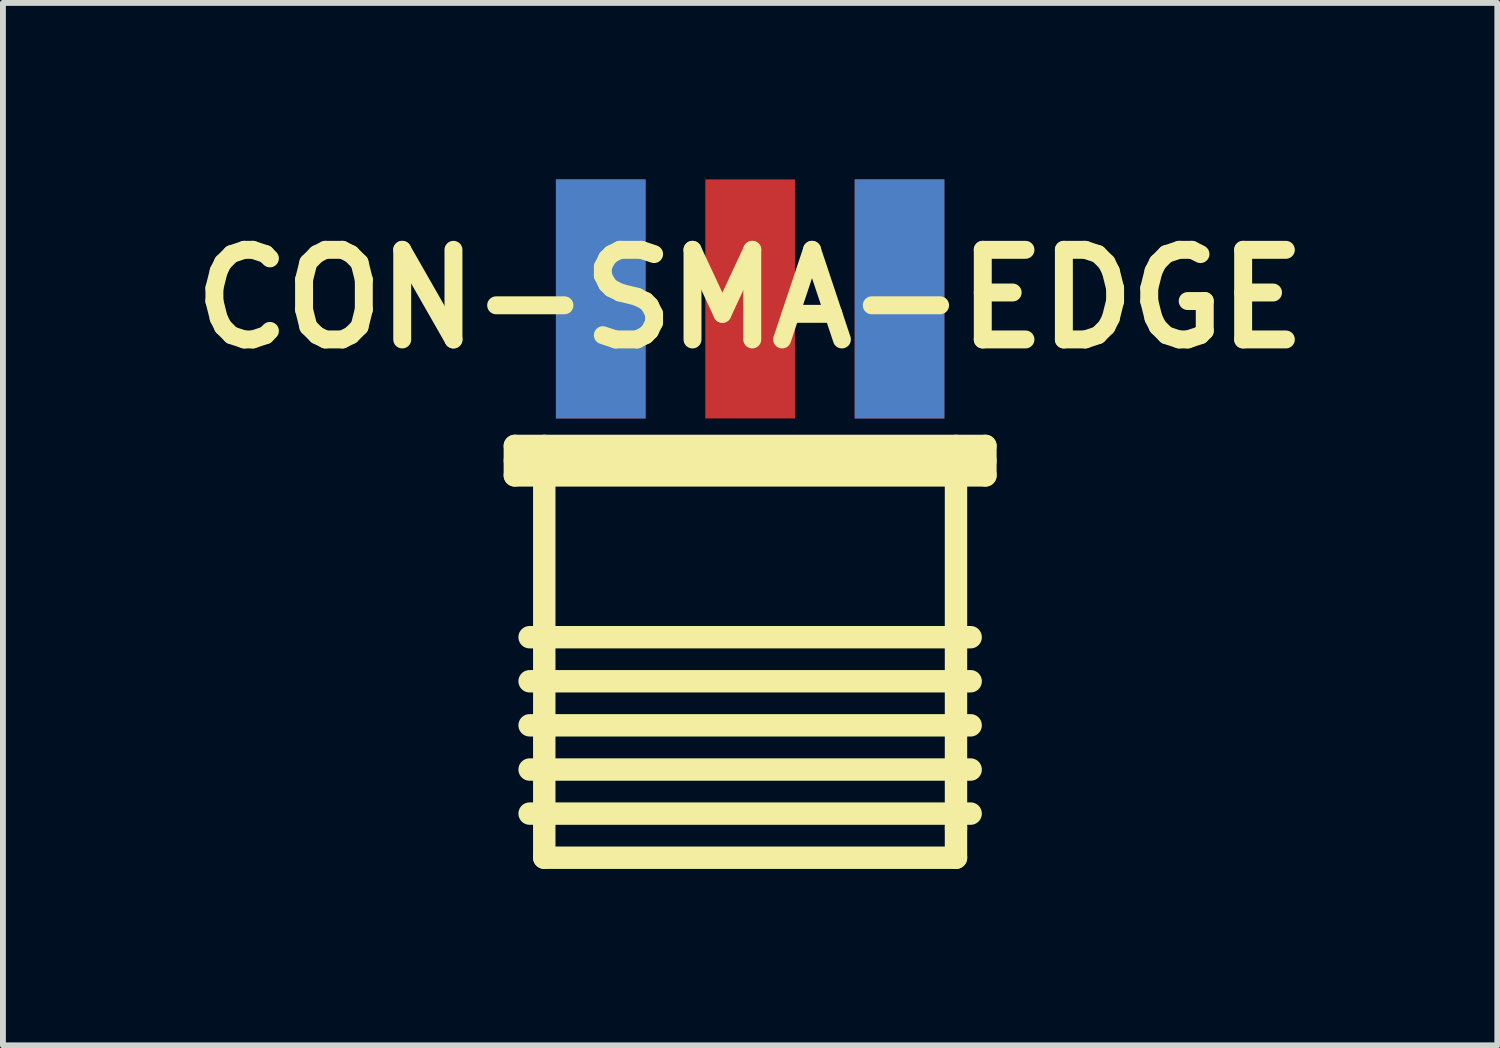
<source format=kicad_pcb>
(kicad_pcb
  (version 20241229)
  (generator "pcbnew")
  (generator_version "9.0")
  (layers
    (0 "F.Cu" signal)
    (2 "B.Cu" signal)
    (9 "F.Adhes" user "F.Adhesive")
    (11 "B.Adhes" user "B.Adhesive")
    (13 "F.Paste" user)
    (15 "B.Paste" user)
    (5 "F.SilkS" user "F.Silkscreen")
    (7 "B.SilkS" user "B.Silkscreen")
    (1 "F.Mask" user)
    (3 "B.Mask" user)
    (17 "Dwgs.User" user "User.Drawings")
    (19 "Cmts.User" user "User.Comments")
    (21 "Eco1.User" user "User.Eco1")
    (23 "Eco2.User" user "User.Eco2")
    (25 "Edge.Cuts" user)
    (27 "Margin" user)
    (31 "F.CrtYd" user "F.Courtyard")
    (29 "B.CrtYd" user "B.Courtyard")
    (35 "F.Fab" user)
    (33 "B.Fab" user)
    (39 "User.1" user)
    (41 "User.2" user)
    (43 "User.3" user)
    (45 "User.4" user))
  (footprint "CON-SMA-EDGE"
    (layer "F.Cu")
    (at 9.703 2.032)
    (property "Reference" "CON-SMA-EDGE" (at 0 0 0) (layer "F.SilkS") (effects (font (size 1.524 1.524) (thickness 0.305))))
    (attr through_hole)
    (fp_line (start -4 2.499) (end 4 2.499) (stroke (width 0.381) (type solid)) (layer "F.SilkS"))
    (fp_line (start -4 3) (end -4 2.499) (stroke (width 0.381) (type solid)) (layer "F.SilkS"))
    (fp_line (start -4 3) (end 4 3) (stroke (width 0.381) (type solid)) (layer "F.SilkS"))
    (fp_line (start -3.749 5.751) (end 3.749 5.751) (stroke (width 0.381) (type solid)) (layer "F.SilkS"))
    (fp_line (start -3.749 8.001) (end 3.749 8.001) (stroke (width 0.381) (type solid)) (layer "F.SilkS"))
    (fp_line (start -3.5 9.5) (end -3.5 2.499) (stroke (width 0.381) (type solid)) (layer "F.SilkS"))
    (fp_line (start -3.5 9.5) (end 3.5 9.5) (stroke (width 0.381) (type solid)) (layer "F.SilkS"))
    (fp_line (start 3.5 2.499) (end 3.5 8.999) (stroke (width 0.381) (type solid)) (layer "F.SilkS"))
    (fp_line (start 3.5 9.5) (end 3.5 8.999) (stroke (width 0.381) (type solid)) (layer "F.SilkS"))
    (fp_line (start 3.749 6.5) (end -3.749 6.5) (stroke (width 0.381) (type solid)) (layer "F.SilkS"))
    (fp_line (start 3.749 7.249) (end -3.749 7.249) (stroke (width 0.381) (type solid)) (layer "F.SilkS"))
    (fp_line (start 3.749 8.75) (end -3.749 8.75) (stroke (width 0.381) (type solid)) (layer "F.SilkS"))
    (fp_line (start 4 2.751) (end -4 2.751) (stroke (width 0.381) (type solid)) (layer "F.SilkS"))
    (fp_line (start 4 3) (end 4 2.499) (stroke (width 0.381) (type solid)) (layer "F.SilkS"))
    (pad "1" smd rect (at 0 0) (size 1.524 4.064) (layers "F.Cu" "F.Mask" "F.Paste"))
    (pad "2" smd rect (at -2.54 0) (size 1.524 4.064) (layers "F.Cu" "F.Mask" "F.Paste"))
    (pad "3" smd rect (at -2.54 0) (size 1.524 4.064) (layers "B.Cu" "B.Mask" "B.Paste"))
    (pad "4" smd rect (at 2.54 0) (size 1.524 4.064) (layers "F.Cu" "F.Mask" "F.Paste"))
    (pad "5" smd rect (at 2.54 0) (size 1.524 4.064) (layers "B.Cu" "B.Mask" "B.Paste")))
  (gr_rect
    (start -3 -3)
    (end 22.406 14.722)
    (stroke (width 0.1) (type default))
    (fill no)
    (layer "Edge.Cuts")))
</source>
